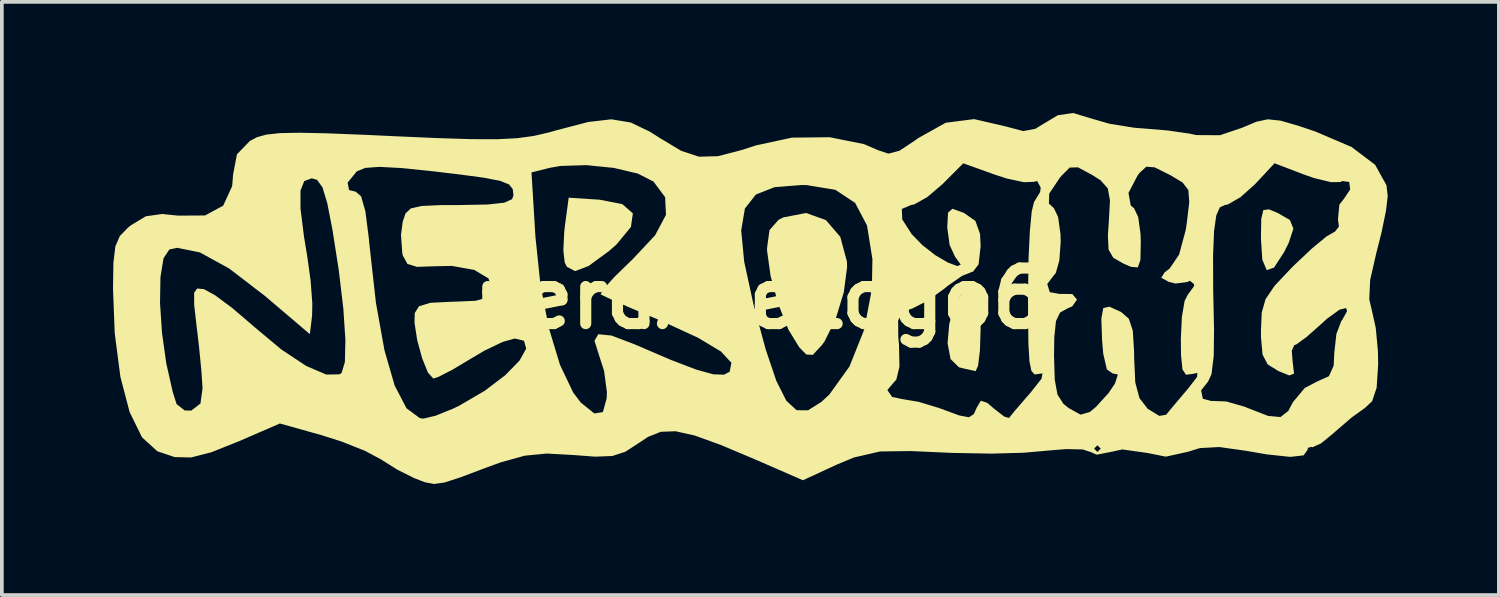
<source format=kicad_pcb>
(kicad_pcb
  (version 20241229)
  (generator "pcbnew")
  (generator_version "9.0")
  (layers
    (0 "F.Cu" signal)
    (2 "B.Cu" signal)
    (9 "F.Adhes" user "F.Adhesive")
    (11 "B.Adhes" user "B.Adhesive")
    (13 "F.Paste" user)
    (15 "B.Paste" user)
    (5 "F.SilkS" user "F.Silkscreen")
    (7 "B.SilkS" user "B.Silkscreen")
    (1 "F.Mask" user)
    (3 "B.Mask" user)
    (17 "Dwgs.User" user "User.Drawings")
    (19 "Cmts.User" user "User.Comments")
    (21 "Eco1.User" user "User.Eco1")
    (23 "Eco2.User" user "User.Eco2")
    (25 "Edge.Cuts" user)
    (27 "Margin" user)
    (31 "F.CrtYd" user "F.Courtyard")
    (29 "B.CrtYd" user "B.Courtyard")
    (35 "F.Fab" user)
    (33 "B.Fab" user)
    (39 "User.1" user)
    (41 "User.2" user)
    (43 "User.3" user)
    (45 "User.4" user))
  (footprint "nerdAxeLogo6"
    (layer "F.Cu")
    (at 17.474 5.006)
    (property "Reference" "nerdAxeLogo6" (at 0 0 0) (layer "F.SilkS") (effects (font (size 1.5 1.5) (thickness 0.3))))
    (attr board_only exclude_from_pos_files exclude_from_bom)
    (fp_poly (pts (xy 13.961 -2.309) (xy 14.293 -2.117) (xy 14.387 -1.885) (xy 14.262 -1.505) (xy 14.137 -1.252) (xy 13.864 -0.833) (xy 13.667 -0.765) (xy 13.548 -1.045) (xy 13.511 -1.617) (xy 13.519 -2.145) (xy 13.575 -2.384) (xy 13.726 -2.406)) (stroke (width 0) (type solid)) (fill yes) (layer "F.SilkS"))
    (fp_poly (pts (xy -4.344 -2.666) (xy -3.726 -2.546) (xy -3.442 -2.297) (xy -3.494 -1.93) (xy -3.884 -1.457) (xy -4.084 -1.282) (xy -4.636 -0.877) (xy -5.001 -0.738) (xy -5.223 -0.855) (xy -5.281 -0.969) (xy -5.318 -1.295) (xy -5.294 -1.804) (xy -5.275 -1.968) (xy -5.174 -2.72)) (stroke (width 0) (type solid)) (fill yes) (layer "F.SilkS"))
    (fp_poly (pts (xy 5.861 -0.196) (xy 5.922 0.234) (xy 5.945 0.811) (xy 5.926 1.403) (xy 5.876 1.817) (xy 5.81 1.961) (xy 5.534 1.901) (xy 5.359 1.857) (xy 5.133 1.636) (xy 5.053 1.207) (xy 5.099 0.682) (xy 5.25 0.172) (xy 5.485 -0.213) (xy 5.775 -0.36)) (stroke (width 0) (type solid)) (fill yes) (layer "F.SilkS"))
    (fp_poly (pts (xy 1.769 -2.115) (xy 2.157 -1.663) (xy 2.336 -0.998) (xy 2.341 -0.847) (xy 2.252 -0.17) (xy 2.03 0.56) (xy 1.733 1.158) (xy 1.658 1.261) (xy 1.415 1.523) (xy 1.24 1.513) (xy 1.05 1.32) (xy 0.757 0.841) (xy 0.483 0.15) (xy 0.275 -0.609) (xy 0.181 -1.288) (xy 0.18 -1.361) (xy 0.246 -1.846) (xy 0.49 -2.122) (xy 0.617 -2.188) (xy 1.234 -2.307)) (stroke (width 0) (type solid)) (fill yes) (layer "F.SilkS"))
    (fp_poly (pts (xy 8.899 -4.867) (xy 9.425 -4.715) (xy 10.093 -4.608) (xy 10.358 -4.587) (xy 11.005 -4.533) (xy 11.586 -4.449) (xy 11.764 -4.41) (xy 12.406 -4.406) (xy 12.997 -4.606) (xy 13.385 -4.769) (xy 13.694 -4.836) (xy 14.04 -4.8) (xy 14.538 -4.655) (xy 14.981 -4.506) (xy 15.958 -4.088) (xy 16.593 -3.608) (xy 16.899 -3.056) (xy 16.933 -2.765) (xy 16.886 -2.364) (xy 16.762 -1.765) (xy 16.629 -1.243) (xy 16.459 -0.5) (xy 16.435 0.023) (xy 16.507 0.332) (xy 16.61 0.794) (xy 16.669 1.43) (xy 16.675 1.784) (xy 16.634 2.409) (xy 16.512 2.774) (xy 16.321 2.953) (xy 15.962 3.211) (xy 15.532 3.58) (xy 15.479 3.63) (xy 15.135 3.91) (xy 14.904 4.016) (xy 14.874 4.005) (xy 14.776 4.034) (xy 14.772 4.083) (xy 14.661 4.235) (xy 14.304 4.276) (xy 13.665 4.208) (xy 13.11 4.112) (xy 12.385 4.01) (xy 11.862 4.039) (xy 11.539 4.139) (xy 10.942 4.27) (xy 10.447 4.17) (xy 9.768 4.075) (xy 9.457 4.143) (xy 9.077 4.217) (xy 8.919 4.147) (xy 8.699 4.075) (xy 8.241 4.066) (xy 7.877 4.096) (xy 7.107 4.164) (xy 6.241 4.188) (xy 5.188 4.169) (xy 4.053 4.119) (xy 3.227 4.13) (xy 2.526 4.292) (xy 2.061 4.485) (xy 1.149 4.907) (xy -0.101 4.362) (xy -0.833 4.053) (xy 9.007 4.053) (xy 9.097 4.143) (xy 9.187 4.053) (xy 9.097 3.963) (xy 9.007 4.053) (xy -0.833 4.053) (xy -1.064 3.956) (xy -1.771 3.7) (xy -2.29 3.584) (xy -2.688 3.599) (xy -3.031 3.735) (xy -3.275 3.897) (xy -3.642 4.136) (xy -3.994 4.252) (xy -4.461 4.27) (xy -5.043 4.226) (xy -5.763 4.186) (xy -6.358 4.243) (xy -7.003 4.422) (xy -7.435 4.579) (xy -8.098 4.829) (xy -8.523 4.967) (xy -8.807 5.007) (xy -9.05 4.962) (xy -9.341 4.851) (xy -9.804 4.619) (xy -10.242 4.343) (xy -10.672 4.113) (xy -11.301 3.863) (xy -11.844 3.69) (xy -12.97 3.375) (xy -14.063 3.849) (xy -14.82 4.152) (xy -15.368 4.292) (xy -15.811 4.281) (xy -16.255 4.132) (xy -16.282 4.12) (xy -16.691 3.748) (xy -17.026 3.065) (xy -17.275 2.112) (xy -17.428 0.933) (xy -17.459 0.119) (xy -16.205 0.119) (xy -16.152 0.922) (xy -16.036 1.751) (xy -15.861 2.524) (xy -15.758 2.851) (xy -15.538 3.023) (xy -15.358 3.026) (xy -15.114 2.836) (xy -15.057 2.427) (xy -15.088 1.955) (xy -15.153 1.293) (xy -15.214 0.777) (xy -15.283 0.171) (xy -15.284 -0.153) (xy -15.203 -0.269) (xy -15.026 -0.252) (xy -15.015 -0.249) (xy -14.719 -0.087) (xy -14.26 0.254) (xy -13.732 0.704) (xy -13.687 0.745) (xy -12.93 1.377) (xy -12.258 1.822) (xy -11.718 2.054) (xy -11.358 2.048) (xy -11.303 2.008) (xy -11.215 1.715) (xy -11.201 1.122) (xy -11.256 0.281) (xy -11.379 -0.756) (xy -11.549 -1.846) (xy -11.69 -2.57) (xy -11.82 -3.001) (xy -11.912 -3.127) (xy -11.141 -3.127) (xy -11.102 -2.926) (xy -10.923 -2.882) (xy -10.777 -2.757) (xy -10.662 -2.354) (xy -10.57 -1.636) (xy -10.556 -1.486) (xy -10.377 0.116) (xy -10.147 1.397) (xy -9.872 2.349) (xy -9.552 2.964) (xy -9.191 3.231) (xy -9.093 3.243) (xy -8.764 3.164) (xy -8.283 2.969) (xy -8.123 2.891) (xy -7.439 2.491) (xy -6.887 2.072) (xy -6.502 1.678) (xy -6.321 1.353) (xy -6.38 1.141) (xy -6.63 1.081) (xy -6.957 1.173) (xy -7.451 1.411) (xy -7.807 1.621) (xy -8.304 1.919) (xy -8.686 2.115) (xy -8.826 2.162) (xy -8.972 2.004) (xy -9.129 1.616) (xy -9.263 1.124) (xy -9.336 0.655) (xy -9.329 0.392) (xy -9.213 0.21) (xy -8.905 0.117) (xy -8.323 0.088) (xy -8.285 0.088) (xy -7.687 0.063) (xy -7.367 -0.026) (xy -7.244 -0.203) (xy -7.242 -0.215) (xy -7.338 -0.54) (xy -7.721 -0.77) (xy -8.324 -0.878) (xy -8.763 -0.87) (xy -9.269 -0.853) (xy -9.528 -0.934) (xy -9.649 -1.156) (xy -9.665 -1.214) (xy -9.701 -1.717) (xy -9.654 -2.072) (xy -9.578 -2.296) (xy -9.436 -2.43) (xy -9.148 -2.496) (xy -8.636 -2.52) (xy -8.103 -2.522) (xy -7.358 -2.536) (xy -6.912 -2.585) (xy -6.703 -2.68) (xy -6.665 -2.782) (xy -6.685 -2.953) (xy -6.783 -3.077) (xy -7.019 -3.173) (xy -7.453 -3.258) (xy -8.146 -3.351) (xy -8.582 -3.402) (xy -6.178 -3.402) (xy -6.071 -1.656) (xy -5.937 -0.377) (xy -5.71 0.797) (xy -5.409 1.792) (xy -5.053 2.538) (xy -4.85 2.807) (xy -4.483 3.104) (xy -4.251 3.067) (xy -4.149 2.695) (xy -4.143 2.52) (xy -4.22 1.95) (xy -4.353 1.539) (xy -4.478 1.142) (xy -4.375 0.965) (xy -4.018 1.001) (xy -3.385 1.242) (xy -3.374 1.247) (xy -2.416 1.658) (xy -1.731 1.92) (xy -1.269 2.048) (xy -0.979 2.057) (xy -0.828 1.977) (xy -0.782 1.736) (xy -1.064 1.432) (xy -1.682 1.061) (xy -2.644 0.618) (xy -2.836 0.537) (xy -3.484 0.264) (xy -3.993 0.042) (xy -4.28 -0.094) (xy -4.312 -0.114) (xy -4.229 -0.262) (xy -3.938 -0.582) (xy -3.5 -1.009) (xy -3.456 -1.05) (xy -2.84 -1.707) (xy -2.772 -1.836) (xy -0.518 -1.836) (xy -0.437 -0.993) (xy -0.191 0.138) (xy -0.172 0.212) (xy 0.146 1.383) (xy 0.43 2.224) (xy 0.7 2.76) (xy 0.978 3.016) (xy 1.286 3.019) (xy 1.646 2.793) (xy 1.861 2.593) (xy 1.948 2.472) (xy 3.428 2.472) (xy 3.555 2.658) (xy 3.828 2.716) (xy 4.272 2.79) (xy 4.811 2.953) (xy 4.864 2.972) (xy 5.364 3.157) (xy 5.63 3.207) (xy 5.762 3.121) (xy 5.839 2.948) (xy 5.95 2.76) (xy 6.125 2.818) (xy 6.31 2.977) (xy 6.585 3.19) (xy 6.711 3.226) (xy 6.847 3.057) (xy 7.138 2.718) (xy 7.296 2.538) (xy 7.587 2.168) (xy 7.615 2.022) (xy 7.528 2.035) (xy 7.402 2.051) (xy 7.316 1.957) (xy 7.263 1.7) (xy 7.235 1.226) (xy 7.225 0.48) (xy 7.224 -0.185) (xy 7.228 -0.39) (xy 7.743 -0.39) (xy 7.811 -0.17) (xy 8.08 -0.121) (xy 8.086 -0.123) (xy 8.418 -0.12) (xy 8.547 0.03) (xy 8.416 0.214) (xy 8.289 0.269) (xy 8.089 0.38) (xy 7.978 0.611) (xy 7.933 1.051) (xy 7.926 1.533) (xy 7.945 2.191) (xy 8.019 2.593) (xy 8.179 2.843) (xy 8.321 2.958) (xy 8.643 3.136) (xy 8.89 3.066) (xy 9.059 2.926) (xy 9.398 2.553) (xy 9.572 2.296) (xy 9.649 2.052) (xy 9.51 2.024) (xy 9.352 1.915) (xy 9.254 1.491) (xy 9.223 1.126) (xy 9.203 0.543) (xy 9.255 0.261) (xy 9.419 0.221) (xy 9.736 0.365) (xy 9.74 0.367) (xy 9.945 0.547) (xy 10.052 0.87) (xy 10.087 1.434) (xy 10.088 1.6) (xy 10.119 2.268) (xy 10.233 2.692) (xy 10.452 2.976) (xy 10.768 3.17) (xy 10.951 3.139) (xy 11.149 2.9) (xy 11.466 2.525) (xy 11.504 2.481) (xy 11.897 2.481) (xy 11.942 2.707) (xy 12.184 2.771) (xy 12.206 2.766) (xy 12.574 2.78) (xy 13.068 2.921) (xy 13.152 2.956) (xy 13.704 3.17) (xy 14.037 3.201) (xy 14.248 3.038) (xy 14.376 2.797) (xy 14.694 2.416) (xy 15.036 2.237) (xy 15.345 2.1) (xy 15.473 1.82) (xy 15.492 1.458) (xy 15.547 0.96) (xy 15.68 0.609) (xy 15.705 0.579) (xy 15.835 0.343) (xy 15.81 0.258) (xy 15.629 0.304) (xy 15.295 0.547) (xy 15.12 0.705) (xy 14.741 1.041) (xy 14.468 1.239) (xy 14.41 1.261) (xy 14.343 1.412) (xy 14.368 1.718) (xy 14.404 2.029) (xy 14.276 2.078) (xy 13.983 1.959) (xy 13.694 1.781) (xy 13.554 1.516) (xy 13.512 1.044) (xy 13.511 0.869) (xy 13.532 0.385) (xy 13.635 0.02) (xy 13.877 -0.339) (xy 14.318 -0.807) (xy 14.414 -0.903) (xy 14.887 -1.349) (xy 15.276 -1.67) (xy 15.501 -1.801) (xy 15.507 -1.801) (xy 15.616 -1.94) (xy 15.59 -2.136) (xy 15.627 -2.531) (xy 15.756 -2.697) (xy 15.92 -2.943) (xy 15.893 -3.145) (xy 15.707 -3.169) (xy 15.656 -3.142) (xy 15.399 -3.139) (xy 14.942 -3.251) (xy 14.681 -3.342) (xy 13.878 -3.649) (xy 13.352 -3.085) (xy 12.96 -2.734) (xy 12.618 -2.537) (xy 12.538 -2.522) (xy 12.401 -2.458) (xy 12.305 -2.239) (xy 12.246 -1.823) (xy 12.219 -1.167) (xy 12.222 -0.23) (xy 12.245 0.836) (xy 12.237 1.549) (xy 12.176 2.045) (xy 12.085 2.242) (xy 11.897 2.481) (xy 11.504 2.481) (xy 11.532 2.448) (xy 11.786 2.121) (xy 11.795 2.009) (xy 11.664 2.037) (xy 11.488 2.059) (xy 11.393 1.916) (xy 11.354 1.535) (xy 11.349 1.086) (xy 11.377 0.497) (xy 11.451 0.066) (xy 11.529 -0.09) (xy 11.702 -0.329) (xy 11.709 -0.382) (xy 11.597 -0.477) (xy 11.52 -0.445) (xy 11.206 -0.403) (xy 11.025 -0.447) (xy 10.821 -0.559) (xy 10.909 -0.702) (xy 11.047 -0.808) (xy 11.302 -1.185) (xy 11.483 -1.858) (xy 11.509 -2.033) (xy 11.576 -2.6) (xy 11.552 -2.927) (xy 11.396 -3.13) (xy 11.065 -3.328) (xy 11.042 -3.34) (xy 10.641 -3.539) (xy 10.418 -3.557) (xy 10.237 -3.392) (xy 10.181 -3.318) (xy 9.936 -2.849) (xy 9.996 -2.511) (xy 10.088 -2.432) (xy 10.198 -2.198) (xy 10.261 -1.742) (xy 10.268 -1.524) (xy 10.258 -1.037) (xy 10.188 -0.838) (xy 10.002 -0.854) (xy 9.799 -0.942) (xy 9.525 -1.099) (xy 9.398 -1.317) (xy 9.38 -1.709) (xy 9.406 -2.089) (xy 9.436 -2.648) (xy 9.376 -2.973) (xy 9.181 -3.19) (xy 8.945 -3.34) (xy 8.572 -3.539) (xy 8.349 -3.533) (xy 8.122 -3.306) (xy 8.077 -3.25) (xy 7.797 -2.832) (xy 7.787 -2.564) (xy 7.926 -2.432) (xy 8.036 -2.198) (xy 8.1 -1.742) (xy 8.106 -1.531) (xy 8.069 -1.025) (xy 7.974 -0.688) (xy 7.926 -0.63) (xy 7.743 -0.39) (xy 7.228 -0.39) (xy 7.238 -1.065) (xy 7.273 -1.81) (xy 7.324 -2.348) (xy 7.387 -2.608) (xy 7.397 -2.619) (xy 7.551 -2.872) (xy 7.566 -2.994) (xy 7.472 -3.169) (xy 7.378 -3.148) (xy 7.112 -3.138) (xy 6.643 -3.24) (xy 6.334 -3.34) (xy 5.477 -3.648) (xy 4.914 -3.085) (xy 4.507 -2.738) (xy 4.157 -2.54) (xy 4.067 -2.522) (xy 3.818 -2.416) (xy 3.829 -2.134) (xy 4.086 -1.734) (xy 4.368 -1.444) (xy 4.724 -1.166) (xy 5.064 -0.968) (xy 5.317 -0.874) (xy 5.409 -0.913) (xy 5.267 -1.11) (xy 5.26 -1.117) (xy 5.109 -1.439) (xy 5.044 -1.914) (xy 5.044 -1.924) (xy 5.065 -2.316) (xy 5.183 -2.422) (xy 5.485 -2.313) (xy 5.494 -2.309) (xy 5.803 -2.094) (xy 5.929 -1.742) (xy 5.945 -1.412) (xy 5.89 -0.921) (xy 5.739 -0.722) (xy 5.72 -0.72) (xy 5.446 -0.611) (xy 5.055 -0.339) (xy 4.965 -0.265) (xy 4.513 0.063) (xy 4.096 0.273) (xy 4.047 0.288) (xy 3.815 0.388) (xy 3.718 0.6) (xy 3.722 1.029) (xy 3.741 1.25) (xy 3.754 1.844) (xy 3.668 2.194) (xy 3.624 2.239) (xy 3.428 2.472) (xy 1.948 2.472) (xy 2.405 1.836) (xy 2.799 0.85) (xy 3.009 -0.249) (xy 3.024 -1.06) (xy 2.879 -1.968) (xy 2.557 -2.58) (xy 2.023 -2.933) (xy 1.243 -3.061) (xy 1.111 -3.062) (xy 0.382 -3.004) (xy -0.122 -2.805) (xy -0.418 -2.428) (xy -0.518 -1.836) (xy -2.772 -1.836) (xy -2.548 -2.257) (xy -2.571 -2.734) (xy -2.885 -3.155) (xy -3.308 -3.371) (xy -3.956 -3.524) (xy -4.697 -3.599) (xy -5.4 -3.576) (xy -5.693 -3.524) (xy -6.178 -3.402) (xy -8.582 -3.402) (xy -8.789 -3.427) (xy -9.681 -3.52) (xy -10.283 -3.552) (xy -10.662 -3.524) (xy -10.883 -3.435) (xy -10.902 -3.42) (xy -11.141 -3.127) (xy -11.912 -3.127) (xy -11.967 -3.202) (xy -12.11 -3.243) (xy -12.312 -3.168) (xy -12.413 -2.911) (xy -12.413 -2.426) (xy -12.318 -1.664) (xy -12.235 -1.165) (xy -12.14 -0.482) (xy -12.094 0.132) (xy -12.1 0.457) (xy -12.16 0.963) (xy -13.378 -0.072) (xy -14.341 -0.811) (xy -15.129 -1.243) (xy -15.74 -1.367) (xy -15.953 -1.322) (xy -16.11 -1.085) (xy -16.193 -0.578) (xy -16.205 0.119) (xy -17.459 0.119) (xy -17.474 -0.266) (xy -17.463 -0.964) (xy -17.411 -1.404) (xy -17.29 -1.685) (xy -17.071 -1.91) (xy -16.991 -1.975) (xy -16.588 -2.218) (xy -16.143 -2.28) (xy -15.723 -2.236) (xy -14.989 -2.24) (xy -14.499 -2.506) (xy -14.258 -3.032) (xy -14.231 -3.356) (xy -14.128 -3.891) (xy -13.781 -4.25) (xy -13.587 -4.353) (xy -13.335 -4.423) (xy -12.97 -4.463) (xy -12.438 -4.473) (xy -11.685 -4.457) (xy -10.656 -4.416) (xy -9.953 -4.383) (xy -8.731 -4.329) (xy -7.802 -4.3) (xy -7.1 -4.298) (xy -6.561 -4.326) (xy -6.118 -4.387) (xy -5.705 -4.482) (xy -5.494 -4.542) (xy -4.648 -4.763) (xy -4.022 -4.836) (xy -3.501 -4.75) (xy -2.975 -4.497) (xy -2.702 -4.323) (xy -2.137 -3.985) (xy -1.658 -3.827) (xy -1.145 -3.84) (xy -0.474 -4.015) (xy -0.13 -4.129) (xy 0.85 -4.341) (xy 1.871 -4.352) (xy 2.794 -4.167) (xy 3.174 -4.003) (xy 3.455 -3.909) (xy 3.754 -3.987) (xy 4.186 -4.273) (xy 4.255 -4.325) (xy 5.002 -4.743) (xy 5.769 -4.841) (xy 6.615 -4.645) (xy 7.097 -4.518) (xy 7.424 -4.58) (xy 7.529 -4.646) (xy 8.027 -4.945) (xy 8.44 -5.006)) (stroke (width 0) (type solid)) (fill yes) (layer "F.SilkS")))
  (gr_rect
    (start -3 -3)
    (end 37.407 13.012)
    (stroke (width 0.1) (type default))
    (fill no)
    (layer "Edge.Cuts")))
</source>
